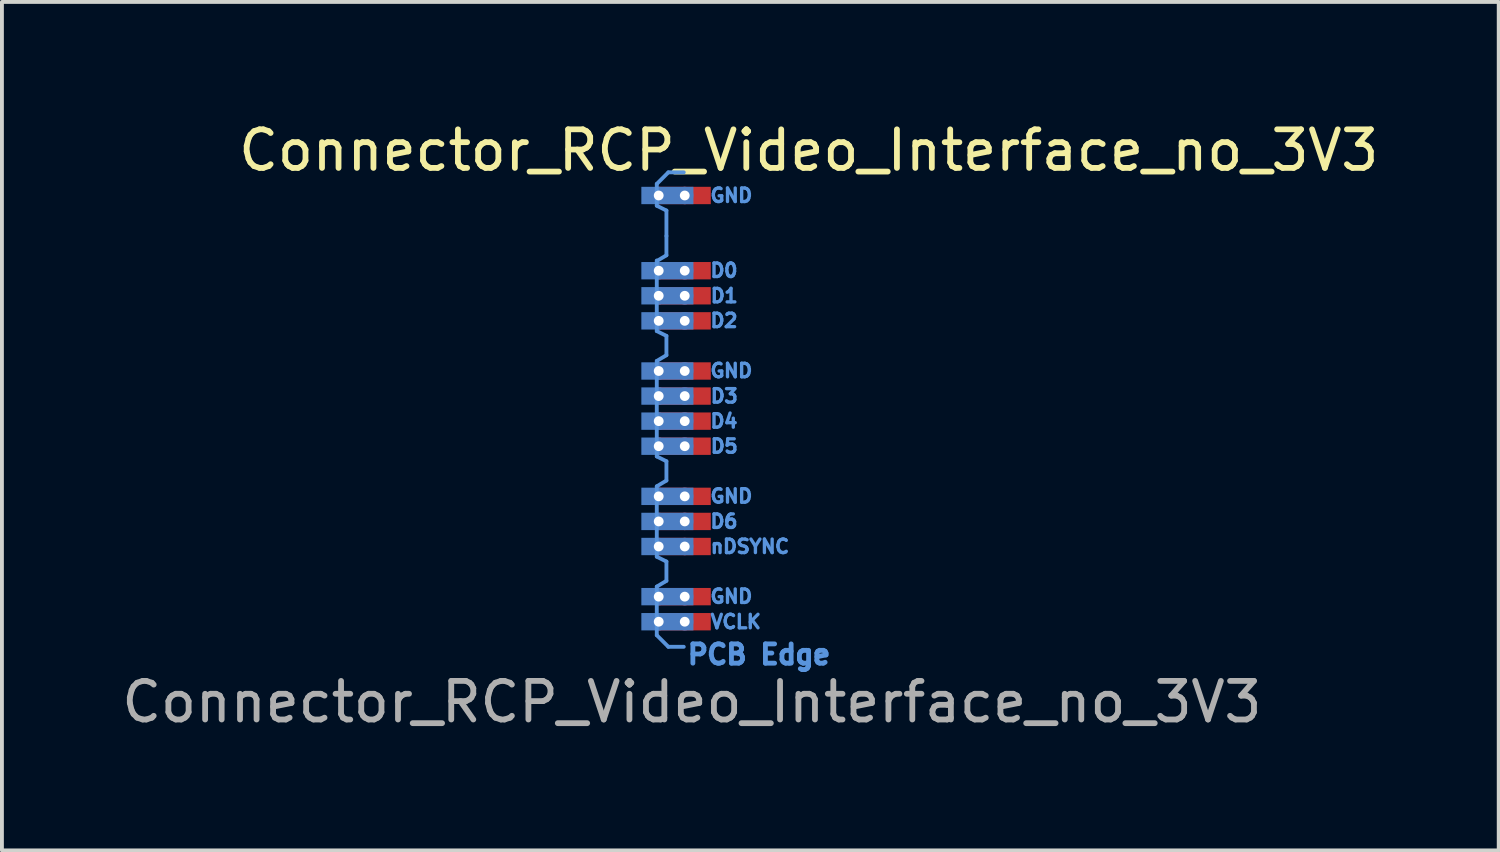
<source format=kicad_pcb>
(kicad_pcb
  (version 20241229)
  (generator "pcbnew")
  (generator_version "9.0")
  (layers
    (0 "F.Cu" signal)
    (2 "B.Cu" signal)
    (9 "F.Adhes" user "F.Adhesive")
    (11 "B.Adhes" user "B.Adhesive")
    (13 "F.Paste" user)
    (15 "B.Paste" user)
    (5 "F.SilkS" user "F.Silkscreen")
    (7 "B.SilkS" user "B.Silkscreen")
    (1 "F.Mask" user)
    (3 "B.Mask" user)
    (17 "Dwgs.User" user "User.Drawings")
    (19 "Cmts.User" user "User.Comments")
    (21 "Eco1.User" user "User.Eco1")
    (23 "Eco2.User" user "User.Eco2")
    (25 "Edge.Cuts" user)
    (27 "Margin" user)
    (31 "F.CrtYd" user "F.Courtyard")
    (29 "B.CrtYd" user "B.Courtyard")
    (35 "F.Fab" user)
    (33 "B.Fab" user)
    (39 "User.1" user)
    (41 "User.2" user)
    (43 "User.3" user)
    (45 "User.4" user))
  (footprint "Connector_RCP_Video_Interface_no_3V3"
    (layer "F.Cu")
    (at 14.027 13.068)
    (property "Reference" "Connector_RCP_Video_Interface_no_3V3" (at 3.89 -12.22 0) (unlocked yes) (layer "F.SilkS") (effects (font (size 1 1) (thickness 0.15))))
    (attr smd)
    (fp_line (start -0.05 -11.35) (end 0.25 -11.65) (stroke (width 0.1) (type solid)) (layer "Cmts.User"))
    (fp_line (start -0.05 -10.785) (end -0.05 -11.35) (stroke (width 0.1) (type solid)) (layer "Cmts.User"))
    (fp_line (start -0.05 -9.35) (end 0.2 -9.5) (stroke (width 0.1) (type solid)) (layer "Cmts.User"))
    (fp_line (start -0.05 -7.535) (end -0.05 -9.365) (stroke (width 0.1) (type solid)) (layer "Cmts.User"))
    (fp_line (start -0.05 -6.76) (end 0.2 -6.91) (stroke (width 0.1) (type solid)) (layer "Cmts.User"))
    (fp_line (start -0.05 -4.285) (end -0.05 -6.76) (stroke (width 0.1) (type solid)) (layer "Cmts.User"))
    (fp_line (start -0.05 -3.51) (end 0.2 -3.66) (stroke (width 0.1) (type solid)) (layer "Cmts.User"))
    (fp_line (start -0.05 -1.685) (end -0.05 -3.51) (stroke (width 0.1) (type solid)) (layer "Cmts.User"))
    (fp_line (start -0.05 -0.91) (end 0.2 -1.06) (stroke (width 0.1) (type solid)) (layer "Cmts.User"))
    (fp_line (start -0.05 0.35) (end -0.05 -0.91) (stroke (width 0.1) (type solid)) (layer "Cmts.User"))
    (fp_line (start 0.2 -10.66) (end -0.05 -10.785) (stroke (width 0.1) (type solid)) (layer "Cmts.User"))
    (fp_line (start 0.2 -10) (end 0.2 -10.66) (stroke (width 0.1) (type solid)) (layer "Cmts.User"))
    (fp_line (start 0.2 -9.5) (end 0.2 -10) (stroke (width 0.1) (type solid)) (layer "Cmts.User"))
    (fp_line (start 0.2 -7.41) (end -0.05 -7.535) (stroke (width 0.1) (type solid)) (layer "Cmts.User"))
    (fp_line (start 0.2 -6.91) (end 0.2 -7.41) (stroke (width 0.1) (type solid)) (layer "Cmts.User"))
    (fp_line (start 0.2 -4.16) (end -0.05 -4.285) (stroke (width 0.1) (type solid)) (layer "Cmts.User"))
    (fp_line (start 0.2 -3.66) (end 0.2 -4.16) (stroke (width 0.1) (type solid)) (layer "Cmts.User"))
    (fp_line (start 0.2 -1.56) (end -0.05 -1.685) (stroke (width 0.1) (type solid)) (layer "Cmts.User"))
    (fp_line (start 0.2 -1.06) (end 0.2 -1.56) (stroke (width 0.1) (type solid)) (layer "Cmts.User"))
    (fp_line (start 0.25 -11.65) (end 0.65 -11.65) (stroke (width 0.1) (type solid)) (layer "Cmts.User"))
    (fp_line (start 0.25 0.65) (end -0.05 0.35) (stroke (width 0.1) (type solid)) (layer "Cmts.User"))
    (fp_line (start 0.25 0.65) (end 0.65 0.65) (stroke (width 0.1) (type solid)) (layer "Cmts.User"))
    (fp_text user "D6" (at 1.293 -2.602 0) (unlocked yes) (layer "Cmts.User") (effects (font (size 0.35 0.35) (thickness 0.087)) (justify left)))
    (fp_text user "GND" (at 1.293 -11.051 0) (unlocked yes) (layer "Cmts.User") (effects (font (size 0.35 0.35) (thickness 0.087)) (justify left)))
    (fp_text user "GND" (at 1.293 -0.657 0) (unlocked yes) (layer "Cmts.User") (effects (font (size 0.35 0.35) (thickness 0.087)) (justify left)))
    (fp_text user "PCB Edge" (at 2.6 0.85 0) (unlocked yes) (layer "Cmts.User") (effects (font (size 0.5 0.5) (thickness 0.125))))
    (fp_text user "D1" (at 1.3 -8.45 0) (unlocked yes) (layer "Cmts.User") (effects (font (size 0.35 0.35) (thickness 0.087)) (justify left)))
    (fp_text user "D5" (at 1.3 -4.55 0) (unlocked yes) (layer "Cmts.User") (effects (font (size 0.35 0.35) (thickness 0.087)) (justify left)))
    (fp_text user "VCLK" (at 1.3 0 0) (unlocked yes) (layer "Cmts.User") (effects (font (size 0.35 0.35) (thickness 0.087)) (justify left)))
    (fp_text user "D4" (at 1.293 -5.201 0) (unlocked yes) (layer "Cmts.User") (effects (font (size 0.35 0.35) (thickness 0.087)) (justify left)))
    (fp_text user "D0" (at 1.293 -9.107 0) (unlocked yes) (layer "Cmts.User") (effects (font (size 0.35 0.35) (thickness 0.087)) (justify left)))
    (fp_text user "GND" (at 1.293 -6.508 0) (unlocked yes) (layer "Cmts.User") (effects (font (size 0.35 0.35) (thickness 0.087)) (justify left)))
    (fp_text user "GND" (at 1.293 -3.256 0) (unlocked yes) (layer "Cmts.User") (effects (font (size 0.35 0.35) (thickness 0.087)) (justify left)))
    (fp_text user "D2" (at 1.293 -7.807 0) (unlocked yes) (layer "Cmts.User") (effects (font (size 0.35 0.35) (thickness 0.087)) (justify left)))
    (fp_text user "D3" (at 1.3 -5.85 0) (unlocked yes) (layer "Cmts.User") (effects (font (size 0.35 0.35) (thickness 0.087)) (justify left)))
    (fp_text user "nDSYNC" (at 1.3 -1.95 0) (unlocked yes) (layer "Cmts.User") (effects (font (size 0.35 0.35) (thickness 0.087)) (justify left)))
    (fp_text user "${REFERENCE}" (at 0.86 2.08 0) (unlocked yes) (layer "F.Fab") (effects (font (size 1 1) (thickness 0.15))))
    (pad "11" thru_hole circle (at 0 0) (size 0.45 0.45) (drill 0.254) (layers "*.Cu" "*.Mask"))
    (pad "11" smd rect (at 0.225 0) (size 1.35 0.45) (layers "B.Cu" "B.Mask"))
    (pad "11" thru_hole circle (at 0.675 0) (size 0.45 0.45) (drill 0.254) (layers "*.Cu" "*.Mask"))
    (pad "11" smd rect (at 0.675 0) (size 1.35 0.45) (layers "F.Cu" "F.Mask"))
    (pad "12" thru_hole circle (at 0 -0.65) (size 0.45 0.45) (drill 0.254) (layers "*.Cu" "*.Mask"))
    (pad "12" smd rect (at 0.225 -0.65) (size 1.35 0.45) (layers "B.Cu" "B.Mask"))
    (pad "12" thru_hole circle (at 0.675 -0.65) (size 0.45 0.45) (drill 0.254) (layers "*.Cu" "*.Mask"))
    (pad "12" smd rect (at 0.675 -0.65) (size 1.35 0.45) (layers "F.Cu" "F.Mask"))
    (pad "14" thru_hole circle (at 0 -1.95) (size 0.45 0.45) (drill 0.254) (layers "*.Cu" "*.Mask"))
    (pad "14" smd rect (at 0.225 -1.95) (size 1.35 0.45) (layers "B.Cu" "B.Mask"))
    (pad "14" thru_hole circle (at 0.675 -1.95) (size 0.45 0.45) (drill 0.254) (layers "*.Cu" "*.Mask"))
    (pad "14" smd rect (at 0.675 -1.95) (size 1.35 0.45) (layers "F.Cu" "F.Mask"))
    (pad "15" thru_hole circle (at 0 -2.6) (size 0.45 0.45) (drill 0.254) (layers "*.Cu" "*.Mask"))
    (pad "15" smd rect (at 0.225 -2.6) (size 1.35 0.45) (layers "B.Cu" "B.Mask"))
    (pad "15" thru_hole circle (at 0.675 -2.6) (size 0.45 0.45) (drill 0.254) (layers "*.Cu" "*.Mask"))
    (pad "15" smd rect (at 0.675 -2.6) (size 1.35 0.45) (layers "F.Cu" "F.Mask"))
    (pad "16" thru_hole circle (at 0 -3.25) (size 0.45 0.45) (drill 0.254) (layers "*.Cu" "*.Mask"))
    (pad "16" smd rect (at 0.225 -3.25) (size 1.35 0.45) (layers "B.Cu" "B.Mask"))
    (pad "16" thru_hole circle (at 0.675 -3.25) (size 0.45 0.45) (drill 0.254) (layers "*.Cu" "*.Mask"))
    (pad "16" smd rect (at 0.675 -3.25) (size 1.35 0.45) (layers "F.Cu" "F.Mask"))
    (pad "18" thru_hole circle (at 0 -4.55) (size 0.45 0.45) (drill 0.254) (layers "*.Cu" "*.Mask"))
    (pad "18" smd rect (at 0.225 -4.55) (size 1.35 0.45) (layers "B.Cu" "B.Mask"))
    (pad "18" thru_hole circle (at 0.675 -4.55) (size 0.45 0.45) (drill 0.254) (layers "*.Cu" "*.Mask"))
    (pad "18" smd rect (at 0.675 -4.55) (size 1.35 0.45) (layers "F.Cu" "F.Mask"))
    (pad "19" thru_hole circle (at 0 -5.2) (size 0.45 0.45) (drill 0.254) (layers "*.Cu" "*.Mask"))
    (pad "19" smd rect (at 0.225 -5.2) (size 1.35 0.45) (layers "B.Cu" "B.Mask"))
    (pad "19" thru_hole circle (at 0.675 -5.2) (size 0.45 0.45) (drill 0.254) (layers "*.Cu" "*.Mask"))
    (pad "19" smd rect (at 0.675 -5.2) (size 1.35 0.45) (layers "F.Cu" "F.Mask"))
    (pad "20" thru_hole circle (at 0 -5.85) (size 0.45 0.45) (drill 0.254) (layers "*.Cu" "*.Mask"))
    (pad "20" smd rect (at 0.225 -5.85) (size 1.35 0.45) (layers "B.Cu" "B.Mask"))
    (pad "20" thru_hole circle (at 0.675 -5.85) (size 0.45 0.45) (drill 0.254) (layers "*.Cu" "*.Mask"))
    (pad "20" smd rect (at 0.675 -5.85) (size 1.35 0.45) (layers "F.Cu" "F.Mask"))
    (pad "21" thru_hole circle (at 0 -6.5) (size 0.45 0.45) (drill 0.254) (layers "*.Cu" "*.Mask"))
    (pad "21" smd rect (at 0.225 -6.5) (size 1.35 0.45) (layers "B.Cu" "B.Mask" "B.Paste"))
    (pad "21" thru_hole circle (at 0.675 -6.5) (size 0.45 0.45) (drill 0.254) (layers "*.Cu" "*.Mask"))
    (pad "21" smd rect (at 0.675 -6.5) (size 1.35 0.45) (layers "F.Cu" "F.Mask"))
    (pad "23" thru_hole circle (at 0 -7.8) (size 0.45 0.45) (drill 0.254) (layers "*.Cu" "*.Mask"))
    (pad "23" smd rect (at 0.225 -7.8) (size 1.35 0.45) (layers "B.Cu" "B.Mask"))
    (pad "23" thru_hole circle (at 0.675 -7.8) (size 0.45 0.45) (drill 0.254) (layers "*.Cu" "*.Mask"))
    (pad "23" smd rect (at 0.675 -7.8) (size 1.35 0.45) (layers "F.Cu" "F.Mask"))
    (pad "24" thru_hole circle (at 0 -8.45) (size 0.45 0.45) (drill 0.254) (layers "*.Cu" "*.Mask"))
    (pad "24" smd rect (at 0.225 -8.45) (size 1.35 0.45) (layers "B.Cu" "B.Mask"))
    (pad "24" thru_hole circle (at 0.675 -8.45) (size 0.45 0.45) (drill 0.254) (layers "*.Cu" "*.Mask"))
    (pad "24" smd rect (at 0.675 -8.45) (size 1.35 0.45) (layers "F.Cu" "F.Mask"))
    (pad "25" thru_hole circle (at 0 -9.1) (size 0.45 0.45) (drill 0.254) (layers "*.Cu" "*.Mask"))
    (pad "25" smd rect (at 0.225 -9.1) (size 1.35 0.45) (layers "B.Cu" "B.Mask"))
    (pad "25" thru_hole circle (at 0.675 -9.1) (size 0.45 0.45) (drill 0.254) (layers "*.Cu" "*.Mask"))
    (pad "25" smd rect (at 0.675 -9.1) (size 1.35 0.45) (layers "F.Cu" "F.Mask"))
    (pad "28" thru_hole circle (at 0 -11.05) (size 0.45 0.45) (drill 0.254) (layers "*.Cu" "*.Mask"))
    (pad "28" smd rect (at 0.225 -11.05) (size 1.35 0.45) (layers "B.Cu" "B.Mask"))
    (pad "28" thru_hole circle (at 0.675 -11.05) (size 0.45 0.45) (drill 0.254) (layers "*.Cu" "*.Mask"))
    (pad "28" smd rect (at 0.675 -11.05) (size 1.35 0.45) (layers "F.Cu" "F.Mask")))
  (gr_rect
    (start -3 -3)
    (end 35.804 18.997)
    (stroke (width 0.1) (type default))
    (fill no)
    (layer "Edge.Cuts")))
</source>
